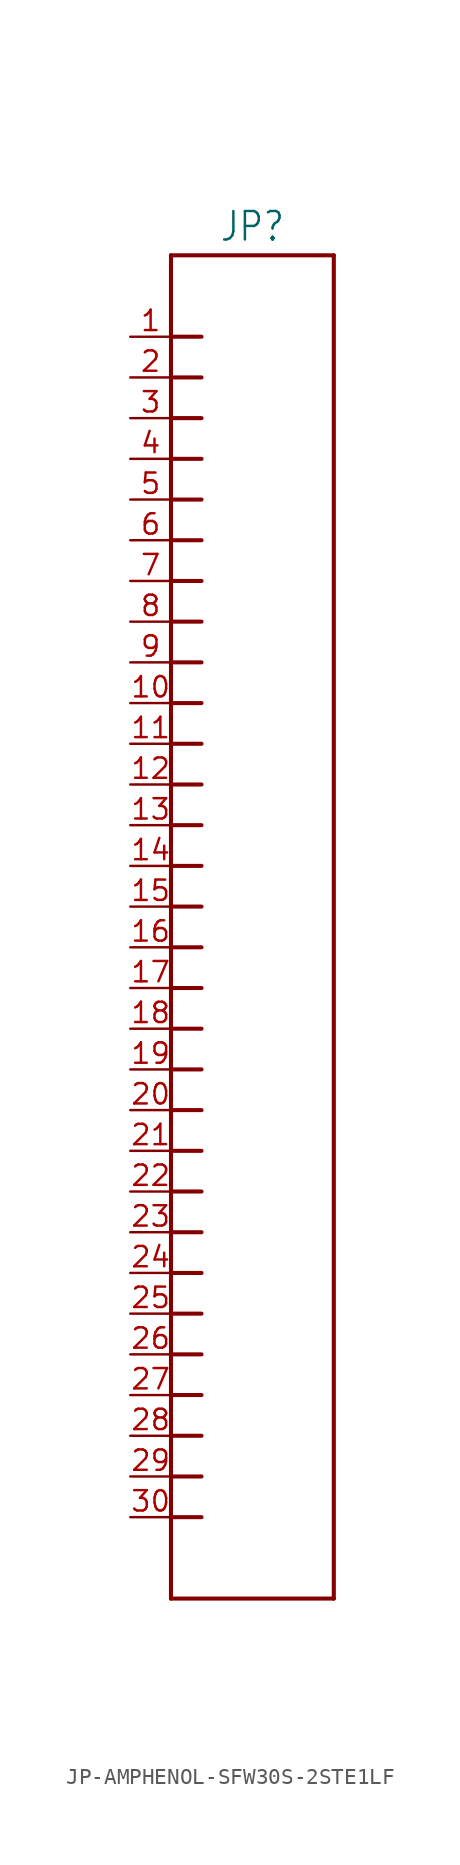
<source format=kicad_sym>
(kicad_symbol_lib
  (version 20231120)
  (generator "kicad_symbol_editor")
  (generator_version "8.0")
  (symbol "JP-AMPHENOL-SFW30S-2STE1LF"
    (property "Reference" "JP"
      (at 2.54 41.402 0)
      (effects (font (size 1.778 1.511)) (justify bottom)))
    (property "Value" ""
      (at 2.54 -43.942 0)
      (effects (font (size 1.778 1.511)) (justify top)))
    (property "ki_locked" ""
      (at 0 0 0)
      (effects (font (size 1.27 1.27))))
    (symbol "JP-AMPHENOL-SFW30S-2STE1LF_1_0"
      (polyline (pts (xy -2.54 -43.18) (xy -2.54 -38.1)) (stroke (width 0.254) (type solid)) (fill (type none)))
      (polyline (pts (xy -2.54 -38.1) (xy -2.54 -35.56)) (stroke (width 0.254) (type solid)) (fill (type none)))
      (polyline (pts (xy -2.54 -38.1) (xy -0.635 -38.1)) (stroke (width 0.254) (type solid)) (fill (type none)))
      (polyline (pts (xy -2.54 -35.56) (xy -2.54 -33.02)) (stroke (width 0.254) (type solid)) (fill (type none)))
      (polyline (pts (xy -2.54 -35.56) (xy -0.635 -35.56)) (stroke (width 0.254) (type solid)) (fill (type none)))
      (polyline (pts (xy -2.54 -33.02) (xy -2.54 -30.48)) (stroke (width 0.254) (type solid)) (fill (type none)))
      (polyline (pts (xy -2.54 -33.02) (xy -0.635 -33.02)) (stroke (width 0.254) (type solid)) (fill (type none)))
      (polyline (pts (xy -2.54 -30.48) (xy -2.54 -27.94)) (stroke (width 0.254) (type solid)) (fill (type none)))
      (polyline (pts (xy -2.54 -30.48) (xy -0.635 -30.48)) (stroke (width 0.254) (type solid)) (fill (type none)))
      (polyline (pts (xy -2.54 -27.94) (xy -2.54 -25.4)) (stroke (width 0.254) (type solid)) (fill (type none)))
      (polyline (pts (xy -2.54 -27.94) (xy -0.635 -27.94)) (stroke (width 0.254) (type solid)) (fill (type none)))
      (polyline (pts (xy -2.54 -25.4) (xy -2.54 -22.86)) (stroke (width 0.254) (type solid)) (fill (type none)))
      (polyline (pts (xy -2.54 -25.4) (xy -0.635 -25.4)) (stroke (width 0.254) (type solid)) (fill (type none)))
      (polyline (pts (xy -2.54 -22.86) (xy -2.54 -20.32)) (stroke (width 0.254) (type solid)) (fill (type none)))
      (polyline (pts (xy -2.54 -22.86) (xy -0.635 -22.86)) (stroke (width 0.254) (type solid)) (fill (type none)))
      (polyline (pts (xy -2.54 -20.32) (xy -2.54 -17.78)) (stroke (width 0.254) (type solid)) (fill (type none)))
      (polyline (pts (xy -2.54 -20.32) (xy -0.635 -20.32)) (stroke (width 0.254) (type solid)) (fill (type none)))
      (polyline (pts (xy -2.54 -17.78) (xy -2.54 -15.24)) (stroke (width 0.254) (type solid)) (fill (type none)))
      (polyline (pts (xy -2.54 -17.78) (xy -0.635 -17.78)) (stroke (width 0.254) (type solid)) (fill (type none)))
      (polyline (pts (xy -2.54 -15.24) (xy -2.54 -12.7)) (stroke (width 0.254) (type solid)) (fill (type none)))
      (polyline (pts (xy -2.54 -15.24) (xy -0.635 -15.24)) (stroke (width 0.254) (type solid)) (fill (type none)))
      (polyline (pts (xy -2.54 -12.7) (xy -2.54 -10.16)) (stroke (width 0.254) (type solid)) (fill (type none)))
      (polyline (pts (xy -2.54 -12.7) (xy -0.635 -12.7)) (stroke (width 0.254) (type solid)) (fill (type none)))
      (polyline (pts (xy -2.54 -10.16) (xy -2.54 -7.62)) (stroke (width 0.254) (type solid)) (fill (type none)))
      (polyline (pts (xy -2.54 -10.16) (xy -0.635 -10.16)) (stroke (width 0.254) (type solid)) (fill (type none)))
      (polyline (pts (xy -2.54 -7.62) (xy -2.54 -5.08)) (stroke (width 0.254) (type solid)) (fill (type none)))
      (polyline (pts (xy -2.54 -7.62) (xy -0.635 -7.62)) (stroke (width 0.254) (type solid)) (fill (type none)))
      (polyline (pts (xy -2.54 -5.08) (xy -2.54 -2.54)) (stroke (width 0.254) (type solid)) (fill (type none)))
      (polyline (pts (xy -2.54 -5.08) (xy -0.635 -5.08)) (stroke (width 0.254) (type solid)) (fill (type none)))
      (polyline (pts (xy -2.54 -2.54) (xy -2.54 0)) (stroke (width 0.254) (type solid)) (fill (type none)))
      (polyline (pts (xy -2.54 -2.54) (xy -0.635 -2.54)) (stroke (width 0.254) (type solid)) (fill (type none)))
      (polyline (pts (xy -2.54 0) (xy -2.54 2.54)) (stroke (width 0.254) (type solid)) (fill (type none)))
      (polyline (pts (xy -2.54 0) (xy -0.635 0)) (stroke (width 0.254) (type solid)) (fill (type none)))
      (polyline (pts (xy -2.54 2.54) (xy -2.54 5.08)) (stroke (width 0.254) (type solid)) (fill (type none)))
      (polyline (pts (xy -2.54 2.54) (xy -0.635 2.54)) (stroke (width 0.254) (type solid)) (fill (type none)))
      (polyline (pts (xy -2.54 5.08) (xy -2.54 7.62)) (stroke (width 0.254) (type solid)) (fill (type none)))
      (polyline (pts (xy -2.54 5.08) (xy -0.635 5.08)) (stroke (width 0.254) (type solid)) (fill (type none)))
      (polyline (pts (xy -2.54 7.62) (xy -2.54 10.16)) (stroke (width 0.254) (type solid)) (fill (type none)))
      (polyline (pts (xy -2.54 7.62) (xy -0.635 7.62)) (stroke (width 0.254) (type solid)) (fill (type none)))
      (polyline (pts (xy -2.54 10.16) (xy -2.54 12.7)) (stroke (width 0.254) (type solid)) (fill (type none)))
      (polyline (pts (xy -2.54 10.16) (xy -0.635 10.16)) (stroke (width 0.254) (type solid)) (fill (type none)))
      (polyline (pts (xy -2.54 12.7) (xy -2.54 15.24)) (stroke (width 0.254) (type solid)) (fill (type none)))
      (polyline (pts (xy -2.54 12.7) (xy -0.635 12.7)) (stroke (width 0.254) (type solid)) (fill (type none)))
      (polyline (pts (xy -2.54 15.24) (xy -2.54 17.78)) (stroke (width 0.254) (type solid)) (fill (type none)))
      (polyline (pts (xy -2.54 15.24) (xy -0.635 15.24)) (stroke (width 0.254) (type solid)) (fill (type none)))
      (polyline (pts (xy -2.54 17.78) (xy -2.54 20.32)) (stroke (width 0.254) (type solid)) (fill (type none)))
      (polyline (pts (xy -2.54 17.78) (xy -0.635 17.78)) (stroke (width 0.254) (type solid)) (fill (type none)))
      (polyline (pts (xy -2.54 20.32) (xy -2.54 22.86)) (stroke (width 0.254) (type solid)) (fill (type none)))
      (polyline (pts (xy -2.54 20.32) (xy -0.635 20.32)) (stroke (width 0.254) (type solid)) (fill (type none)))
      (polyline (pts (xy -2.54 22.86) (xy -2.54 25.4)) (stroke (width 0.254) (type solid)) (fill (type none)))
      (polyline (pts (xy -2.54 22.86) (xy -0.635 22.86)) (stroke (width 0.254) (type solid)) (fill (type none)))
      (polyline (pts (xy -2.54 25.4) (xy -2.54 27.94)) (stroke (width 0.254) (type solid)) (fill (type none)))
      (polyline (pts (xy -2.54 25.4) (xy -0.635 25.4)) (stroke (width 0.254) (type solid)) (fill (type none)))
      (polyline (pts (xy -2.54 27.94) (xy -2.54 30.48)) (stroke (width 0.254) (type solid)) (fill (type none)))
      (polyline (pts (xy -2.54 27.94) (xy -0.635 27.94)) (stroke (width 0.254) (type solid)) (fill (type none)))
      (polyline (pts (xy -2.54 30.48) (xy -2.54 33.02)) (stroke (width 0.254) (type solid)) (fill (type none)))
      (polyline (pts (xy -2.54 30.48) (xy -0.635 30.48)) (stroke (width 0.254) (type solid)) (fill (type none)))
      (polyline (pts (xy -2.54 33.02) (xy -2.54 35.56)) (stroke (width 0.254) (type solid)) (fill (type none)))
      (polyline (pts (xy -2.54 33.02) (xy -0.635 33.02)) (stroke (width 0.254) (type solid)) (fill (type none)))
      (polyline (pts (xy -2.54 35.56) (xy -2.54 40.64)) (stroke (width 0.254) (type solid)) (fill (type none)))
      (polyline (pts (xy -2.54 35.56) (xy -0.635 35.56)) (stroke (width 0.254) (type solid)) (fill (type none)))
      (polyline (pts (xy -2.54 40.64) (xy 7.62 40.64)) (stroke (width 0.254) (type solid)) (fill (type none)))
      (polyline (pts (xy 7.62 -43.18) (xy -2.54 -43.18)) (stroke (width 0.254) (type solid)) (fill (type none)))
      (polyline (pts (xy 7.62 40.64) (xy 7.62 -43.18)) (stroke (width 0.254) (type solid)) (fill (type none)))
      (pin passive line (at -5.08 35.56 0) (length 2.54) (name "1" (effects (font (size 0 0)))) (number "1" (effects (font (size 1.27 1.27)))))
      (pin passive line (at -5.08 12.7 0) (length 2.54) (name "10" (effects (font (size 0 0)))) (number "10" (effects (font (size 1.27 1.27)))))
      (pin passive line (at -5.08 10.16 0) (length 2.54) (name "11" (effects (font (size 0 0)))) (number "11" (effects (font (size 1.27 1.27)))))
      (pin passive line (at -5.08 7.62 0) (length 2.54) (name "12" (effects (font (size 0 0)))) (number "12" (effects (font (size 1.27 1.27)))))
      (pin passive line (at -5.08 5.08 0) (length 2.54) (name "13" (effects (font (size 0 0)))) (number "13" (effects (font (size 1.27 1.27)))))
      (pin passive line (at -5.08 2.54 0) (length 2.54) (name "14" (effects (font (size 0 0)))) (number "14" (effects (font (size 1.27 1.27)))))
      (pin passive line (at -5.08 0 0) (length 2.54) (name "15" (effects (font (size 0 0)))) (number "15" (effects (font (size 1.27 1.27)))))
      (pin passive line (at -5.08 -2.54 0) (length 2.54) (name "16" (effects (font (size 0 0)))) (number "16" (effects (font (size 1.27 1.27)))))
      (pin passive line (at -5.08 -5.08 0) (length 2.54) (name "17" (effects (font (size 0 0)))) (number "17" (effects (font (size 1.27 1.27)))))
      (pin passive line (at -5.08 -7.62 0) (length 2.54) (name "18" (effects (font (size 0 0)))) (number "18" (effects (font (size 1.27 1.27)))))
      (pin passive line (at -5.08 -10.16 0) (length 2.54) (name "19" (effects (font (size 0 0)))) (number "19" (effects (font (size 1.27 1.27)))))
      (pin passive line (at -5.08 33.02 0) (length 2.54) (name "2" (effects (font (size 0 0)))) (number "2" (effects (font (size 1.27 1.27)))))
      (pin passive line (at -5.08 -12.7 0) (length 2.54) (name "20" (effects (font (size 0 0)))) (number "20" (effects (font (size 1.27 1.27)))))
      (pin passive line (at -5.08 -15.24 0) (length 2.54) (name "21" (effects (font (size 0 0)))) (number "21" (effects (font (size 1.27 1.27)))))
      (pin passive line (at -5.08 -17.78 0) (length 2.54) (name "22" (effects (font (size 0 0)))) (number "22" (effects (font (size 1.27 1.27)))))
      (pin passive line (at -5.08 -20.32 0) (length 2.54) (name "23" (effects (font (size 0 0)))) (number "23" (effects (font (size 1.27 1.27)))))
      (pin passive line (at -5.08 -22.86 0) (length 2.54) (name "24" (effects (font (size 0 0)))) (number "24" (effects (font (size 1.27 1.27)))))
      (pin passive line (at -5.08 -25.4 0) (length 2.54) (name "25" (effects (font (size 0 0)))) (number "25" (effects (font (size 1.27 1.27)))))
      (pin passive line (at -5.08 -27.94 0) (length 2.54) (name "26" (effects (font (size 0 0)))) (number "26" (effects (font (size 1.27 1.27)))))
      (pin passive line (at -5.08 -30.48 0) (length 2.54) (name "27" (effects (font (size 0 0)))) (number "27" (effects (font (size 1.27 1.27)))))
      (pin passive line (at -5.08 -33.02 0) (length 2.54) (name "28" (effects (font (size 0 0)))) (number "28" (effects (font (size 1.27 1.27)))))
      (pin passive line (at -5.08 -35.56 0) (length 2.54) (name "29" (effects (font (size 0 0)))) (number "29" (effects (font (size 1.27 1.27)))))
      (pin passive line (at -5.08 30.48 0) (length 2.54) (name "3" (effects (font (size 0 0)))) (number "3" (effects (font (size 1.27 1.27)))))
      (pin passive line (at -5.08 -38.1 0) (length 2.54) (name "30" (effects (font (size 0 0)))) (number "30" (effects (font (size 1.27 1.27)))))
      (pin passive line (at -5.08 27.94 0) (length 2.54) (name "4" (effects (font (size 0 0)))) (number "4" (effects (font (size 1.27 1.27)))))
      (pin passive line (at -5.08 25.4 0) (length 2.54) (name "5" (effects (font (size 0 0)))) (number "5" (effects (font (size 1.27 1.27)))))
      (pin passive line (at -5.08 22.86 0) (length 2.54) (name "6" (effects (font (size 0 0)))) (number "6" (effects (font (size 1.27 1.27)))))
      (pin passive line (at -5.08 20.32 0) (length 2.54) (name "7" (effects (font (size 0 0)))) (number "7" (effects (font (size 1.27 1.27)))))
      (pin passive line (at -5.08 17.78 0) (length 2.54) (name "8" (effects (font (size 0 0)))) (number "8" (effects (font (size 1.27 1.27)))))
      (pin passive line (at -5.08 15.24 0) (length 2.54) (name "9" (effects (font (size 0 0)))) (number "9" (effects (font (size 1.27 1.27))))))))
</source>
